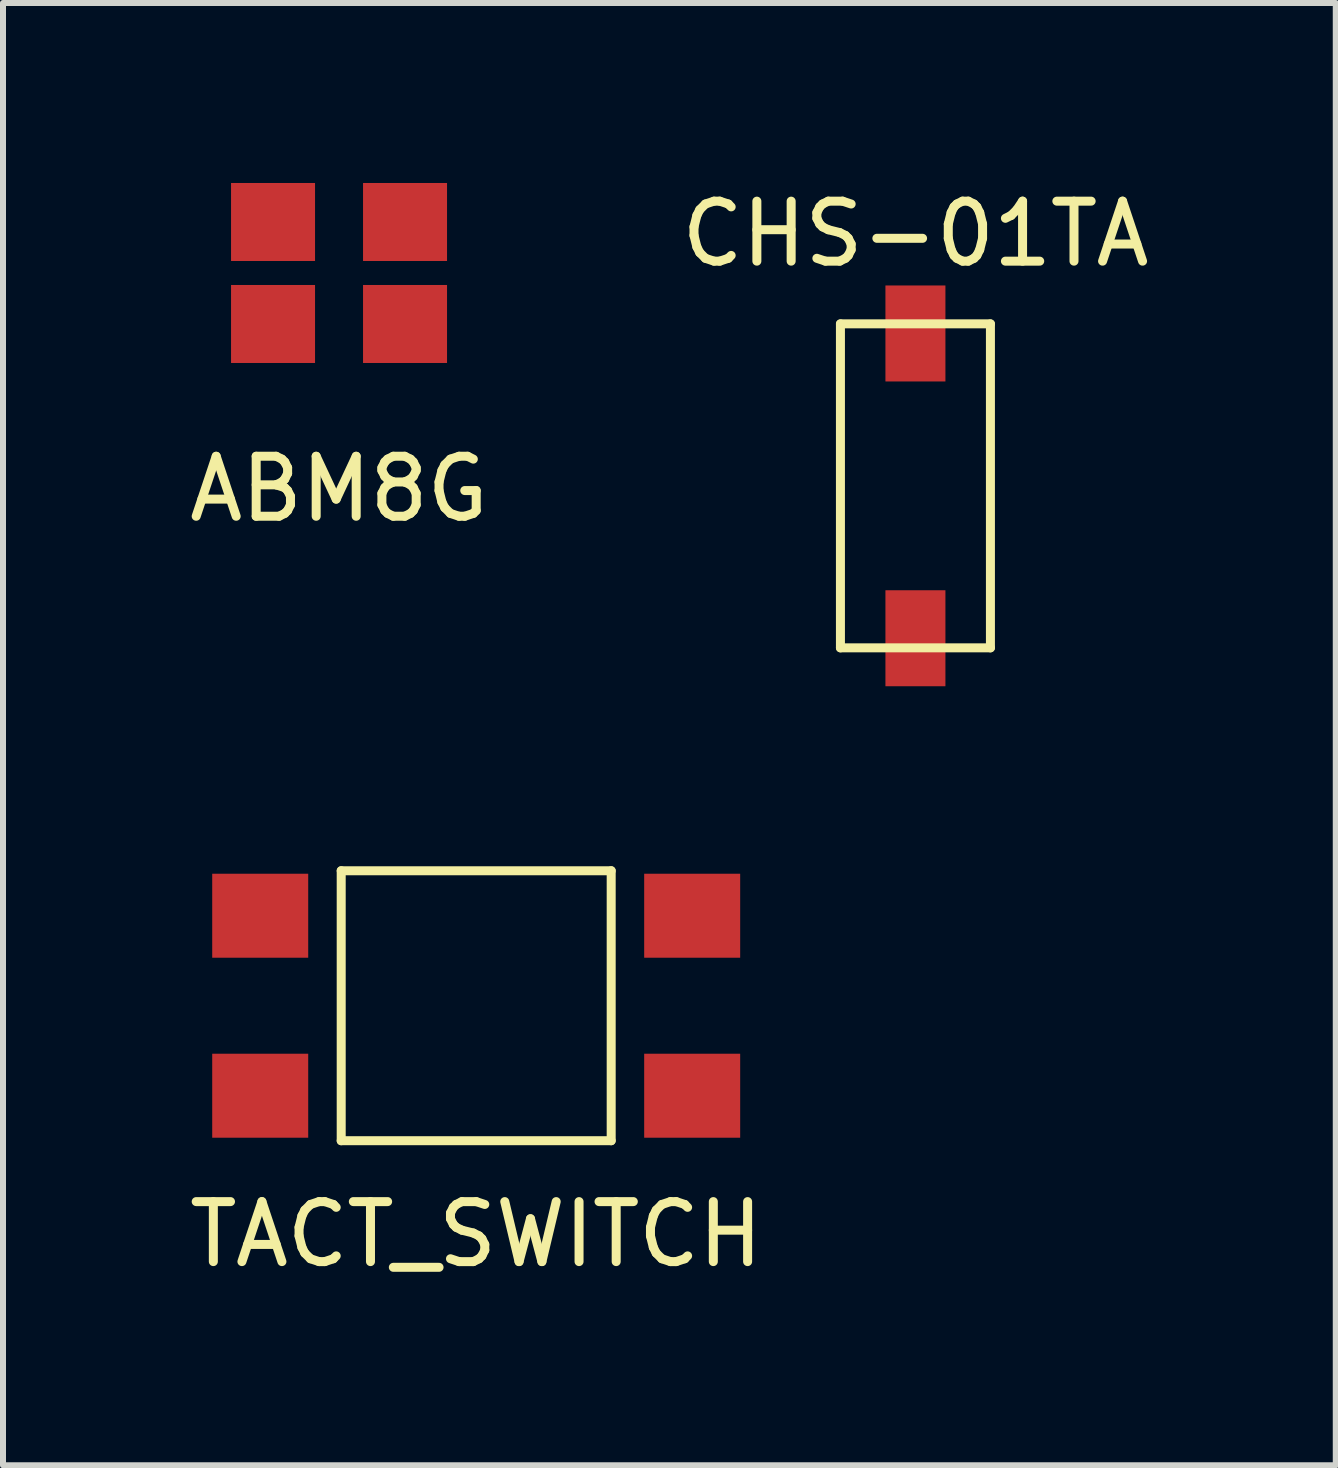
<source format=kicad_pcb>
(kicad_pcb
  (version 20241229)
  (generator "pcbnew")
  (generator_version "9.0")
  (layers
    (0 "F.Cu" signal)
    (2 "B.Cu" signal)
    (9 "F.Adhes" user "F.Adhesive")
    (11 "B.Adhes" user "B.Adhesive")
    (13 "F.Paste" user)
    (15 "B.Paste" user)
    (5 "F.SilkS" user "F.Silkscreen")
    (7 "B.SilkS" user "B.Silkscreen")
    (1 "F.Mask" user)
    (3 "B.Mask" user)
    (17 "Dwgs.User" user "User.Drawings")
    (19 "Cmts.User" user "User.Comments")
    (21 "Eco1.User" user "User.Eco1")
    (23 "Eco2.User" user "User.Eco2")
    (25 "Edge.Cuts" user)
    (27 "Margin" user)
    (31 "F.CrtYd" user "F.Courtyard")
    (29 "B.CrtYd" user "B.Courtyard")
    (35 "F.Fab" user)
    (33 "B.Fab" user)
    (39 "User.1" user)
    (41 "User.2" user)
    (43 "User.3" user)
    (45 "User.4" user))
  (footprint "CHS-01TA"
    (layer "F.Cu")
    (at 12.208 5.048)
    (property "Reference" "CHS-01TA" (at 0 -4.2 0) (layer "F.SilkS") (effects (font (size 1 1) (thickness 0.15))))
    (attr through_hole)
    (fp_line (start -1.25 -2.7) (end 1.25 -2.7) (stroke (width 0.15) (type solid)) (layer "F.SilkS"))
    (fp_line (start -1.25 2.7) (end -1.25 -2.7) (stroke (width 0.15) (type solid)) (layer "F.SilkS"))
    (fp_line (start 1.25 -2.7) (end 1.25 2.7) (stroke (width 0.15) (type solid)) (layer "F.SilkS"))
    (fp_line (start 1.25 2.7) (end -1.25 2.7) (stroke (width 0.15) (type solid)) (layer "F.SilkS"))
    (pad "1" smd rect (at 0 -2.54) (size 1 1.6) (layers "F.Cu" "F.Mask" "F.Paste"))
    (pad "2" smd rect (at 0 2.54) (size 1 1.6) (layers "F.Cu" "F.Mask" "F.Paste")))
  (footprint "ABM8G"
    (layer "F.Cu")
    (at 2.601 1.5)
    (property "Reference" "ABM8G" (at 0 3.6 0) (layer "F.SilkS") (effects (font (size 1 1) (thickness 0.15))))
    (attr through_hole)
    (pad "1" smd rect (at -1.1 0.85) (size 1.4 1.3) (layers "F.Cu" "F.Mask" "F.Paste"))
    (pad "2" smd rect (at 1.1 0.85) (size 1.4 1.3) (layers "F.Cu" "F.Mask" "F.Paste"))
    (pad "3" smd rect (at 1.1 -0.85) (size 1.4 1.3) (layers "F.Cu" "F.Mask" "F.Paste"))
    (pad "4" smd rect (at -1.1 -0.85) (size 1.4 1.3) (layers "F.Cu" "F.Mask" "F.Paste")))
  (footprint "TACT_SWITCH"
    (layer "F.Cu")
    (at 4.887 13.713)
    (property "Reference" "TACT_SWITCH" (at 0 3.81 0) (layer "F.SilkS") (effects (font (size 1 1) (thickness 0.15))))
    (attr through_hole)
    (fp_line (start -2.25 -2.25) (end 2.25 -2.25) (stroke (width 0.15) (type solid)) (layer "F.SilkS"))
    (fp_line (start -2.25 2.25) (end -2.25 -2.25) (stroke (width 0.15) (type solid)) (layer "F.SilkS"))
    (fp_line (start 2.25 -2.25) (end 2.25 2.25) (stroke (width 0.15) (type solid)) (layer "F.SilkS"))
    (fp_line (start 2.25 2.25) (end -2.25 2.25) (stroke (width 0.15) (type solid)) (layer "F.SilkS"))
    (pad "1" smd rect (at -3.6 1.5) (size 1.6 1.4) (layers "F.Cu" "F.Mask" "F.Paste"))
    (pad "2" smd rect (at 3.6 1.5) (size 1.6 1.4) (layers "F.Cu" "F.Mask" "F.Paste"))
    (pad "3" smd rect (at -3.6 -1.5) (size 1.6 1.4) (layers "F.Cu" "F.Mask" "F.Paste"))
    (pad "4" smd rect (at 3.6 -1.5) (size 1.6 1.4) (layers "F.Cu" "F.Mask" "F.Paste")))
  (gr_rect
    (start -3 -3)
    (end 19.214 21.372)
    (stroke (width 0.1) (type default))
    (fill no)
    (layer "Edge.Cuts")))
</source>
